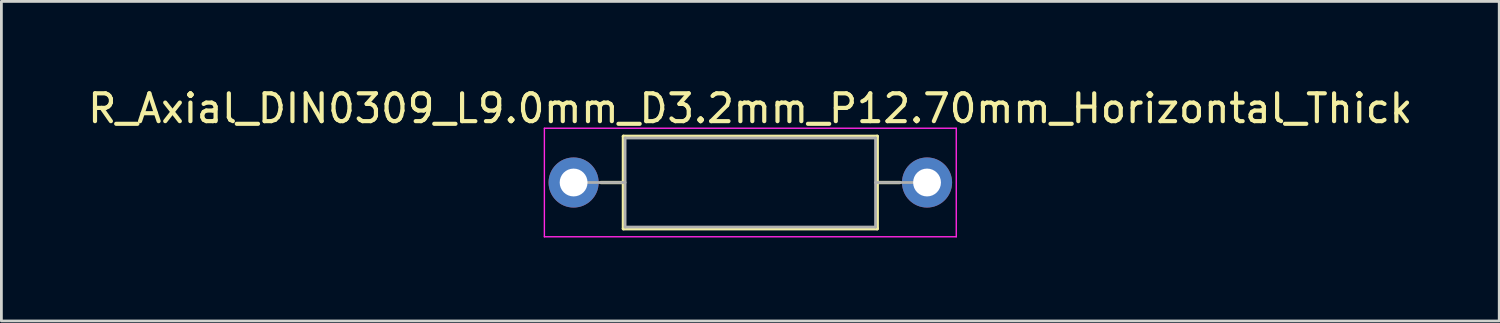
<source format=kicad_pcb>
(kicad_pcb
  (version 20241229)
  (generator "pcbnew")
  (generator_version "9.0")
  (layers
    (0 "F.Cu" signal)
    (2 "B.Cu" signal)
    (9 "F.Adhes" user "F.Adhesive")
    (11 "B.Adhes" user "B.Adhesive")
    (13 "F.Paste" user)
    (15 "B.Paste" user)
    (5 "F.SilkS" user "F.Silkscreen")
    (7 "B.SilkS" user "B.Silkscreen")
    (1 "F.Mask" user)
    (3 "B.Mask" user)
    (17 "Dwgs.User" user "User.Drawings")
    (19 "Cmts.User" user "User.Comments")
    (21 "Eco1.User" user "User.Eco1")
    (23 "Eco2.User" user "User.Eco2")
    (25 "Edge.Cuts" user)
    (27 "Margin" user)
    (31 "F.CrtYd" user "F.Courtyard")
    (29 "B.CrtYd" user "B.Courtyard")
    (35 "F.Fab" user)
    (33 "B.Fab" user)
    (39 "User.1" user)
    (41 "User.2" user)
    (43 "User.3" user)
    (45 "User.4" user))
  (footprint "R_Axial_DIN0309_L9.0mm_D3.2mm_P12.70mm_Horizontal_Thick"
    (layer "F.Cu")
    (at 17.561 3.508)
    (property "Reference" "R_Axial_DIN0309_L9.0mm_D3.2mm_P12.70mm_Horizontal_Thick" (at 6.35 -2.66 0) (layer "F.SilkS") (effects (font (size 1 1) (thickness 0.15))))
    (attr through_hole)
    (fp_line (start 0.98 0) (end 1.79 0) (stroke (width 0.12) (type solid)) (layer "F.SilkS"))
    (fp_line (start 1.79 -1.66) (end 1.79 1.66) (stroke (width 0.12) (type solid)) (layer "F.SilkS"))
    (fp_line (start 1.79 1.66) (end 10.91 1.66) (stroke (width 0.12) (type solid)) (layer "F.SilkS"))
    (fp_line (start 10.91 -1.66) (end 1.79 -1.66) (stroke (width 0.12) (type solid)) (layer "F.SilkS"))
    (fp_line (start 10.91 1.66) (end 10.91 -1.66) (stroke (width 0.12) (type solid)) (layer "F.SilkS"))
    (fp_line (start 11.72 0) (end 10.91 0) (stroke (width 0.12) (type solid)) (layer "F.SilkS"))
    (fp_line (start -1.05 -1.95) (end -1.05 1.95) (stroke (width 0.05) (type solid)) (layer "F.CrtYd"))
    (fp_line (start -1.05 1.95) (end 13.75 1.95) (stroke (width 0.05) (type solid)) (layer "F.CrtYd"))
    (fp_line (start 13.75 -1.95) (end -1.05 -1.95) (stroke (width 0.05) (type solid)) (layer "F.CrtYd"))
    (fp_line (start 13.75 1.95) (end 13.75 -1.95) (stroke (width 0.05) (type solid)) (layer "F.CrtYd"))
    (fp_line (start 0 0) (end 1.85 0) (stroke (width 0.1) (type solid)) (layer "F.Fab"))
    (fp_line (start 1.85 -1.6) (end 1.85 1.6) (stroke (width 0.1) (type solid)) (layer "F.Fab"))
    (fp_line (start 1.85 1.6) (end 10.85 1.6) (stroke (width 0.1) (type solid)) (layer "F.Fab"))
    (fp_line (start 10.85 -1.6) (end 1.85 -1.6) (stroke (width 0.1) (type solid)) (layer "F.Fab"))
    (fp_line (start 10.85 1.6) (end 10.85 -1.6) (stroke (width 0.1) (type solid)) (layer "F.Fab"))
    (fp_line (start 12.7 0) (end 10.85 0) (stroke (width 0.1) (type solid)) (layer "F.Fab"))
    (pad "1" thru_hole circle (at 0 0) (size 1.8 1.8) (drill 1) (layers "*.Cu" "*.Mask"))
    (pad "2" thru_hole circle (at 12.7 0) (size 1.8 1.8) (drill 1) (layers "*.Cu" "*.Mask")))
  (gr_rect
    (start -3 -3)
    (end 50.821 8.483)
    (stroke (width 0.1) (type default))
    (fill no)
    (layer "Edge.Cuts")))
</source>
